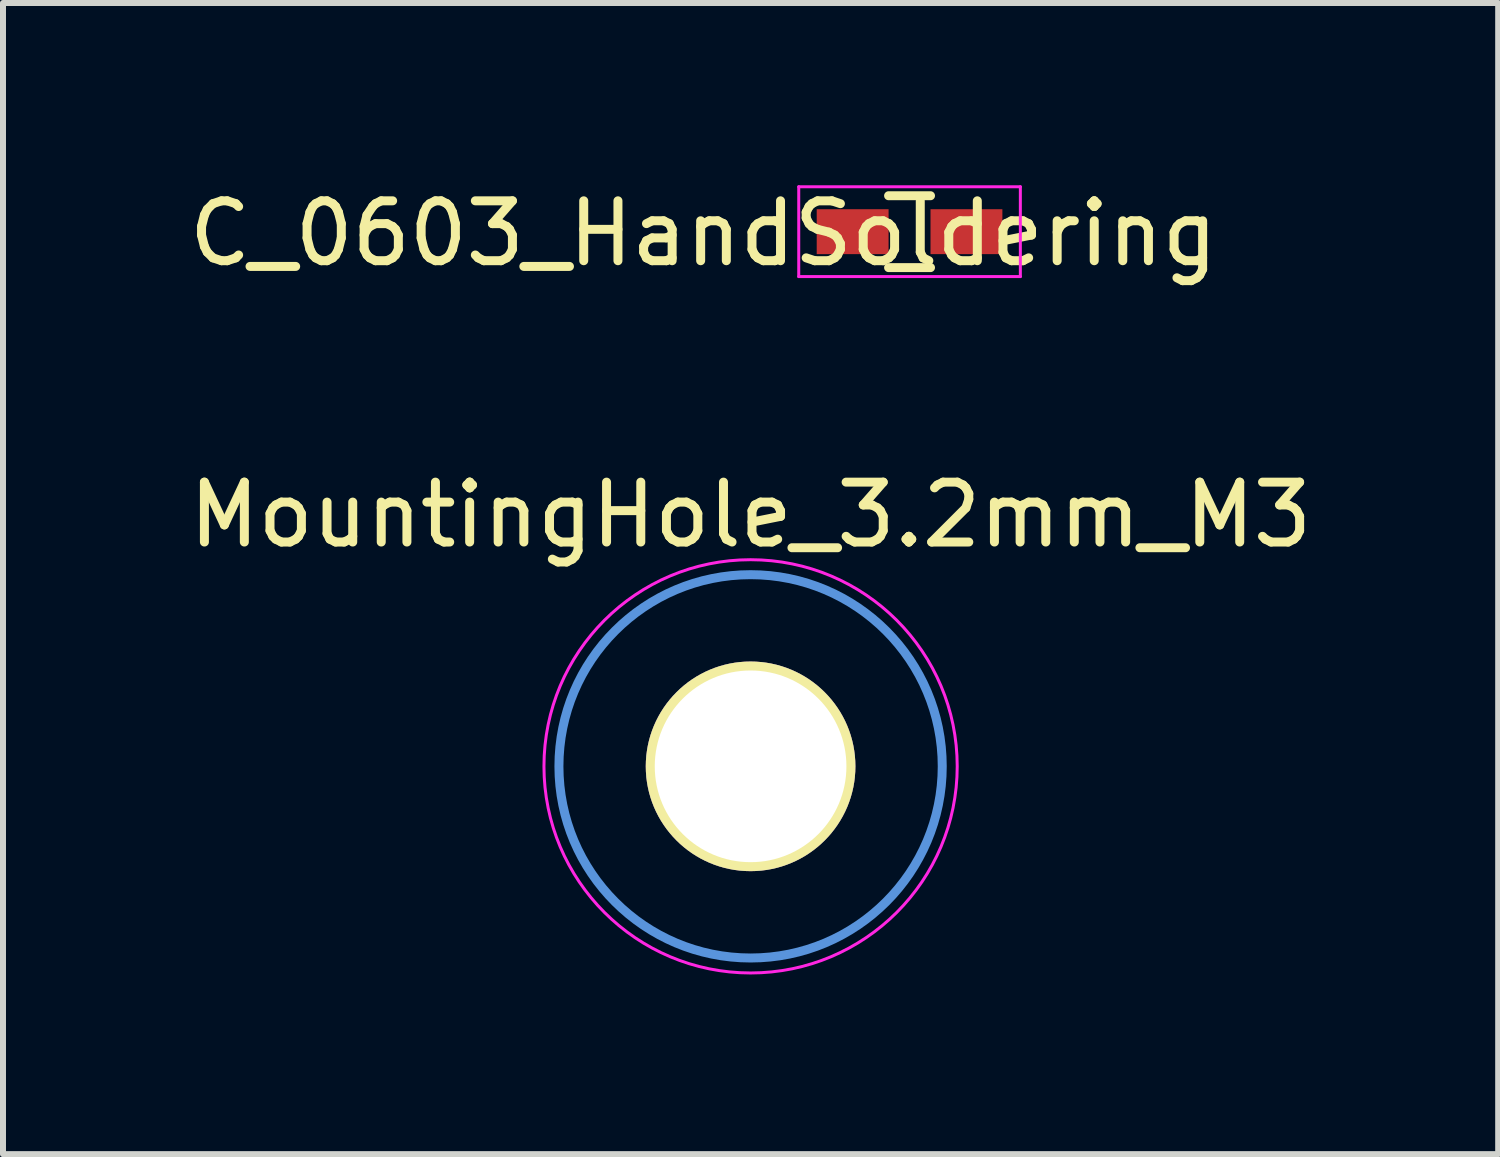
<source format=kicad_pcb>
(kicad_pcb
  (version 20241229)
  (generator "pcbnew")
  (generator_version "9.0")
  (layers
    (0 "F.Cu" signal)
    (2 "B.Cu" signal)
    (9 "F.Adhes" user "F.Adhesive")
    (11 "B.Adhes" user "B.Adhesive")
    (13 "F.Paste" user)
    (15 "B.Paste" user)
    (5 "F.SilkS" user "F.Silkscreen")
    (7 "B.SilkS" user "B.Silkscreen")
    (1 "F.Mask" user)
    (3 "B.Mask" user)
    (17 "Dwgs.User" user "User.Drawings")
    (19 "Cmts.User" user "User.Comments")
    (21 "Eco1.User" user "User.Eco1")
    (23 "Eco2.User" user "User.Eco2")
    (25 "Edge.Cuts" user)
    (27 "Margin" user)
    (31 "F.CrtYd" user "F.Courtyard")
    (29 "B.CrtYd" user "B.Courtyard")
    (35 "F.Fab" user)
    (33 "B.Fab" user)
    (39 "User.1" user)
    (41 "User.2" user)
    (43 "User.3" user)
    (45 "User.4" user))
  (footprint "C_0603_HandSoldering"
    (layer "F.Cu")
    (at 12.136 0.818)
    (property "Reference" "C_0603_HandSoldering" (at -3.44 0.03 0) (layer "F.SilkS") (effects (font (size 1 1) (thickness 0.15))))
    (attr smd)
    (fp_line (start -0.35 -0.6) (end 0.35 -0.6) (stroke (width 0.15) (type solid)) (layer "F.SilkS"))
    (fp_line (start 0.35 0.6) (end -0.35 0.6) (stroke (width 0.15) (type solid)) (layer "F.SilkS"))
    (fp_line (start -1.85 -0.75) (end -1.85 0.75) (stroke (width 0.05) (type solid)) (layer "F.CrtYd"))
    (fp_line (start -1.85 -0.75) (end 1.85 -0.75) (stroke (width 0.05) (type solid)) (layer "F.CrtYd"))
    (fp_line (start -1.85 0.75) (end 1.85 0.75) (stroke (width 0.05) (type solid)) (layer "F.CrtYd"))
    (fp_line (start 1.85 -0.75) (end 1.85 0.75) (stroke (width 0.05) (type solid)) (layer "F.CrtYd"))
    (pad "1" smd rect (at -0.95 0) (size 1.2 0.75) (layers "F.Cu" "F.Mask" "F.Paste"))
    (pad "2" smd rect (at 0.95 0) (size 1.2 0.75) (layers "F.Cu" "F.Mask" "F.Paste")))
  (footprint "MountingHole_3.2mm_M3"
    (layer "F.Cu")
    (at 9.482 9.745)
    (property "Reference" "MountingHole_3.2mm_M3" (at 0 -4.2 0) (layer "F.SilkS") (effects (font (size 1 1) (thickness 0.15))))
    (attr through_hole)
    (fp_circle (center 0 0) (end 3.2 0) (stroke (width 0.15) (type solid)) (fill no) (layer "Cmts.User"))
    (fp_circle (center 0 0) (end 3.45 0) (stroke (width 0.05) (type solid)) (fill no) (layer "F.CrtYd"))
    (pad "" np_thru_hole circle (at 0 0) (size 3.5 3.5) (drill 3.2) (layers "*.Cu" "*.Mask" "F.SilkS")))
  (gr_rect
    (start -3 -3)
    (end 21.964 16.22)
    (stroke (width 0.1) (type default))
    (fill no)
    (layer "Edge.Cuts")))
</source>
